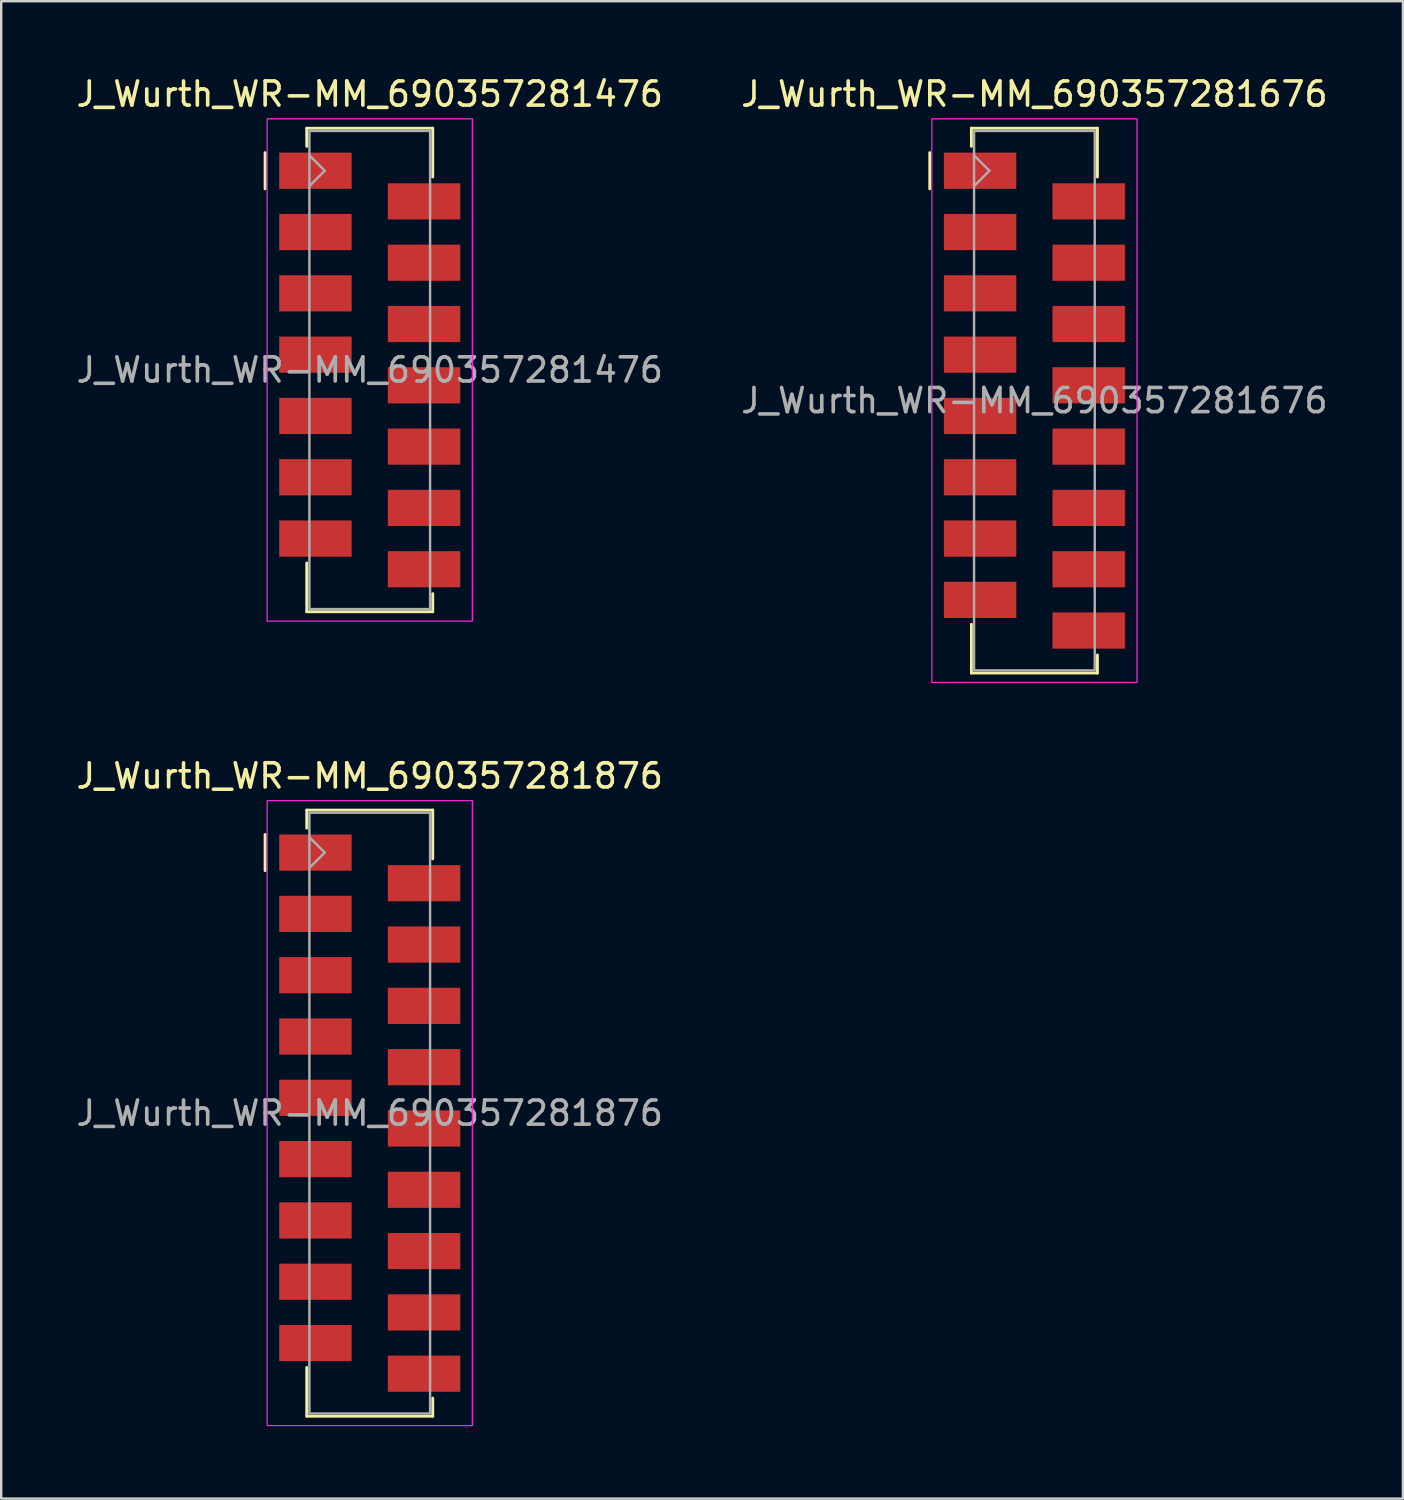
<source format=kicad_pcb>
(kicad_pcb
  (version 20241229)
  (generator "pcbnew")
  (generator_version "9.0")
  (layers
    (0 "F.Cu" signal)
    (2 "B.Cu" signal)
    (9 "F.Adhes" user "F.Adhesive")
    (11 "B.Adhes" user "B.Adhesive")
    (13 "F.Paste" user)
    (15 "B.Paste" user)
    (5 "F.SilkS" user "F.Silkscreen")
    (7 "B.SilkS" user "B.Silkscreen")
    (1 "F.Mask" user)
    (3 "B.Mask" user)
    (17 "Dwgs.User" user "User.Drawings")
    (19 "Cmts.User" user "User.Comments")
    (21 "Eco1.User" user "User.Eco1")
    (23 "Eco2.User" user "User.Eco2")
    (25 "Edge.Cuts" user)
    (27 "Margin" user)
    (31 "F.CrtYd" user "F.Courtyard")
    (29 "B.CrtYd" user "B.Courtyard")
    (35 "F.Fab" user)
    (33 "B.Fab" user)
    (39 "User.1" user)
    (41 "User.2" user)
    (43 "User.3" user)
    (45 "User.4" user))
  (footprint "J_Wurth_WR-MM_690357281876"
    (layer "F.Cu")
    (at 12.268 43.066)
    (property "Reference" "J_Wurth_WR-MM_690357281876" (at 0 -13.97 0) (unlocked yes) (layer "F.SilkS") (effects (font (size 1 1) (thickness 0.15))))
    (attr smd)
    (fp_line (start -4.335 -10.045) (end -4.335 -11.545) (stroke (width 0.12) (type solid)) (layer "F.SilkS"))
    (fp_line (start -2.61 -12.555) (end 2.61 -12.555) (stroke (width 0.12) (type solid)) (layer "F.SilkS"))
    (fp_line (start -2.61 -11.805) (end -2.61 -12.555) (stroke (width 0.12) (type solid)) (layer "F.SilkS"))
    (fp_line (start -2.61 10.535) (end -2.61 12.555) (stroke (width 0.12) (type solid)) (layer "F.SilkS"))
    (fp_line (start 2.61 -12.555) (end 2.61 -10.535) (stroke (width 0.12) (type solid)) (layer "F.SilkS"))
    (fp_line (start 2.61 11.805) (end 2.61 12.555) (stroke (width 0.12) (type solid)) (layer "F.SilkS"))
    (fp_line (start 2.61 12.555) (end -2.61 12.555) (stroke (width 0.12) (type solid)) (layer "F.SilkS"))
    (fp_rect (start -4.25 -12.945) (end 4.25 12.945) (stroke (width 0.05) (type solid)) (fill no) (layer "F.CrtYd"))
    (fp_line (start -2.5 -10.16) (end -1.865 -10.795) (stroke (width 0.1) (type default)) (layer "F.Fab"))
    (fp_line (start -1.865 -10.795) (end -2.5 -11.43) (stroke (width 0.1) (type default)) (layer "F.Fab"))
    (fp_rect (start -2.5 -12.445) (end 2.5 12.445) (stroke (width 0.1) (type solid)) (fill no) (layer "F.Fab"))
    (fp_text user "${REFERENCE}" (at 0 0 0) (unlocked yes) (layer "F.Fab") (effects (font (size 1 1) (thickness 0.15))))
    (pad "1" smd rect (at -2.25 -10.795 90) (size 1.5 3) (layers "F.Cu" "F.Mask" "F.Paste"))
    (pad "2" smd rect (at 2.25 -9.525 90) (size 1.5 3) (layers "F.Cu" "F.Mask" "F.Paste"))
    (pad "3" smd rect (at -2.25 -8.255 90) (size 1.5 3) (layers "F.Cu" "F.Mask" "F.Paste"))
    (pad "4" smd rect (at 2.25 -6.985 90) (size 1.5 3) (layers "F.Cu" "F.Mask" "F.Paste"))
    (pad "5" smd rect (at -2.25 -5.715 90) (size 1.5 3) (layers "F.Cu" "F.Mask" "F.Paste"))
    (pad "6" smd rect (at 2.25 -4.445 90) (size 1.5 3) (layers "F.Cu" "F.Mask" "F.Paste"))
    (pad "7" smd rect (at -2.25 -3.175 90) (size 1.5 3) (layers "F.Cu" "F.Mask" "F.Paste"))
    (pad "8" smd rect (at 2.25 -1.905 90) (size 1.5 3) (layers "F.Cu" "F.Mask" "F.Paste"))
    (pad "9" smd rect (at -2.25 -0.635 90) (size 1.5 3) (layers "F.Cu" "F.Mask" "F.Paste"))
    (pad "10" smd rect (at 2.25 0.635 90) (size 1.5 3) (layers "F.Cu" "F.Mask" "F.Paste"))
    (pad "11" smd rect (at -2.25 1.905 90) (size 1.5 3) (layers "F.Cu" "F.Mask" "F.Paste"))
    (pad "12" smd rect (at 2.25 3.175 90) (size 1.5 3) (layers "F.Cu" "F.Mask" "F.Paste"))
    (pad "13" smd rect (at -2.25 4.445 90) (size 1.5 3) (layers "F.Cu" "F.Mask" "F.Paste"))
    (pad "14" smd rect (at 2.25 5.715 90) (size 1.5 3) (layers "F.Cu" "F.Mask" "F.Paste"))
    (pad "15" smd rect (at -2.25 6.985 90) (size 1.5 3) (layers "F.Cu" "F.Mask" "F.Paste"))
    (pad "16" smd rect (at 2.25 8.255 90) (size 1.5 3) (layers "F.Cu" "F.Mask" "F.Paste"))
    (pad "17" smd rect (at -2.25 9.525 90) (size 1.5 3) (layers "F.Cu" "F.Mask" "F.Paste"))
    (pad "18" smd rect (at 2.25 10.795 90) (size 1.5 3) (layers "F.Cu" "F.Mask" "F.Paste")))
  (footprint "J_Wurth_WR-MM_690357281476"
    (layer "F.Cu")
    (at 12.268 12.278)
    (property "Reference" "J_Wurth_WR-MM_690357281476" (at 0 -11.43 0) (unlocked yes) (layer "F.SilkS") (effects (font (size 1 1) (thickness 0.15))))
    (attr smd)
    (fp_line (start -4.335 -7.505) (end -4.335 -9.005) (stroke (width 0.12) (type solid)) (layer "F.SilkS"))
    (fp_line (start -2.61 -10.015) (end 2.61 -10.015) (stroke (width 0.12) (type solid)) (layer "F.SilkS"))
    (fp_line (start -2.61 -9.265) (end -2.61 -10.015) (stroke (width 0.12) (type solid)) (layer "F.SilkS"))
    (fp_line (start -2.61 7.995) (end -2.61 10.015) (stroke (width 0.12) (type solid)) (layer "F.SilkS"))
    (fp_line (start 2.61 -10.015) (end 2.61 -7.995) (stroke (width 0.12) (type solid)) (layer "F.SilkS"))
    (fp_line (start 2.61 9.265) (end 2.61 10.015) (stroke (width 0.12) (type solid)) (layer "F.SilkS"))
    (fp_line (start 2.61 10.015) (end -2.61 10.015) (stroke (width 0.12) (type solid)) (layer "F.SilkS"))
    (fp_rect (start -4.25 -10.405) (end 4.25 10.405) (stroke (width 0.05) (type solid)) (fill no) (layer "F.CrtYd"))
    (fp_line (start -2.5 -7.62) (end -1.865 -8.255) (stroke (width 0.1) (type default)) (layer "F.Fab"))
    (fp_line (start -1.865 -8.255) (end -2.5 -8.89) (stroke (width 0.1) (type default)) (layer "F.Fab"))
    (fp_rect (start -2.5 -9.905) (end 2.5 9.905) (stroke (width 0.1) (type solid)) (fill no) (layer "F.Fab"))
    (fp_text user "${REFERENCE}" (at 0 0 0) (unlocked yes) (layer "F.Fab") (effects (font (size 1 1) (thickness 0.15))))
    (pad "1" smd rect (at -2.25 -8.255 90) (size 1.5 3) (layers "F.Cu" "F.Mask" "F.Paste"))
    (pad "2" smd rect (at 2.25 -6.985 90) (size 1.5 3) (layers "F.Cu" "F.Mask" "F.Paste"))
    (pad "3" smd rect (at -2.25 -5.715 90) (size 1.5 3) (layers "F.Cu" "F.Mask" "F.Paste"))
    (pad "4" smd rect (at 2.25 -4.445 90) (size 1.5 3) (layers "F.Cu" "F.Mask" "F.Paste"))
    (pad "5" smd rect (at -2.25 -3.175 90) (size 1.5 3) (layers "F.Cu" "F.Mask" "F.Paste"))
    (pad "6" smd rect (at 2.25 -1.905 90) (size 1.5 3) (layers "F.Cu" "F.Mask" "F.Paste"))
    (pad "7" smd rect (at -2.25 -0.635 90) (size 1.5 3) (layers "F.Cu" "F.Mask" "F.Paste"))
    (pad "8" smd rect (at 2.25 0.635 90) (size 1.5 3) (layers "F.Cu" "F.Mask" "F.Paste"))
    (pad "9" smd rect (at -2.25 1.905 90) (size 1.5 3) (layers "F.Cu" "F.Mask" "F.Paste"))
    (pad "10" smd rect (at 2.25 3.175 90) (size 1.5 3) (layers "F.Cu" "F.Mask" "F.Paste"))
    (pad "11" smd rect (at -2.25 4.445 90) (size 1.5 3) (layers "F.Cu" "F.Mask" "F.Paste"))
    (pad "12" smd rect (at 2.25 5.715 90) (size 1.5 3) (layers "F.Cu" "F.Mask" "F.Paste"))
    (pad "13" smd rect (at -2.25 6.985 90) (size 1.5 3) (layers "F.Cu" "F.Mask" "F.Paste"))
    (pad "14" smd rect (at 2.25 8.255 90) (size 1.5 3) (layers "F.Cu" "F.Mask" "F.Paste")))
  (footprint "J_Wurth_WR-MM_690357281676"
    (layer "F.Cu")
    (at 39.804 13.548)
    (property "Reference" "J_Wurth_WR-MM_690357281676" (at 0 -12.7 0) (unlocked yes) (layer "F.SilkS") (effects (font (size 1 1) (thickness 0.15))))
    (attr smd)
    (fp_line (start -4.335 -8.775) (end -4.335 -10.275) (stroke (width 0.12) (type solid)) (layer "F.SilkS"))
    (fp_line (start -2.61 -11.285) (end 2.61 -11.285) (stroke (width 0.12) (type solid)) (layer "F.SilkS"))
    (fp_line (start -2.61 -10.535) (end -2.61 -11.285) (stroke (width 0.12) (type solid)) (layer "F.SilkS"))
    (fp_line (start -2.61 9.265) (end -2.61 11.285) (stroke (width 0.12) (type solid)) (layer "F.SilkS"))
    (fp_line (start 2.61 -11.285) (end 2.61 -9.265) (stroke (width 0.12) (type solid)) (layer "F.SilkS"))
    (fp_line (start 2.61 10.535) (end 2.61 11.285) (stroke (width 0.12) (type solid)) (layer "F.SilkS"))
    (fp_line (start 2.61 11.285) (end -2.61 11.285) (stroke (width 0.12) (type solid)) (layer "F.SilkS"))
    (fp_rect (start -4.25 -11.675) (end 4.25 11.675) (stroke (width 0.05) (type solid)) (fill no) (layer "F.CrtYd"))
    (fp_line (start -2.5 -8.89) (end -1.865 -9.525) (stroke (width 0.1) (type default)) (layer "F.Fab"))
    (fp_line (start -1.865 -9.525) (end -2.5 -10.16) (stroke (width 0.1) (type default)) (layer "F.Fab"))
    (fp_rect (start -2.5 -11.175) (end 2.5 11.175) (stroke (width 0.1) (type solid)) (fill no) (layer "F.Fab"))
    (fp_text user "${REFERENCE}" (at 0 0 0) (unlocked yes) (layer "F.Fab") (effects (font (size 1 1) (thickness 0.15))))
    (pad "1" smd rect (at -2.25 -9.525 90) (size 1.5 3) (layers "F.Cu" "F.Mask" "F.Paste"))
    (pad "2" smd rect (at 2.25 -8.255 90) (size 1.5 3) (layers "F.Cu" "F.Mask" "F.Paste"))
    (pad "3" smd rect (at -2.25 -6.985 90) (size 1.5 3) (layers "F.Cu" "F.Mask" "F.Paste"))
    (pad "4" smd rect (at 2.25 -5.715 90) (size 1.5 3) (layers "F.Cu" "F.Mask" "F.Paste"))
    (pad "5" smd rect (at -2.25 -4.445 90) (size 1.5 3) (layers "F.Cu" "F.Mask" "F.Paste"))
    (pad "6" smd rect (at 2.25 -3.175 90) (size 1.5 3) (layers "F.Cu" "F.Mask" "F.Paste"))
    (pad "7" smd rect (at -2.25 -1.905 90) (size 1.5 3) (layers "F.Cu" "F.Mask" "F.Paste"))
    (pad "8" smd rect (at 2.25 -0.635 90) (size 1.5 3) (layers "F.Cu" "F.Mask" "F.Paste"))
    (pad "9" smd rect (at -2.25 0.635 90) (size 1.5 3) (layers "F.Cu" "F.Mask" "F.Paste"))
    (pad "10" smd rect (at 2.25 1.905 90) (size 1.5 3) (layers "F.Cu" "F.Mask" "F.Paste"))
    (pad "11" smd rect (at -2.25 3.175 90) (size 1.5 3) (layers "F.Cu" "F.Mask" "F.Paste"))
    (pad "12" smd rect (at 2.25 4.445 90) (size 1.5 3) (layers "F.Cu" "F.Mask" "F.Paste"))
    (pad "13" smd rect (at -2.25 5.715 90) (size 1.5 3) (layers "F.Cu" "F.Mask" "F.Paste"))
    (pad "14" smd rect (at 2.25 6.985 90) (size 1.5 3) (layers "F.Cu" "F.Mask" "F.Paste"))
    (pad "15" smd rect (at -2.25 8.255 90) (size 1.5 3) (layers "F.Cu" "F.Mask" "F.Paste"))
    (pad "16" smd rect (at 2.25 9.525 90) (size 1.5 3) (layers "F.Cu" "F.Mask" "F.Paste")))
  (gr_rect
    (start -3 -3)
    (end 55.071 59.036)
    (stroke (width 0.1) (type default))
    (fill no)
    (layer "Edge.Cuts")))
</source>
